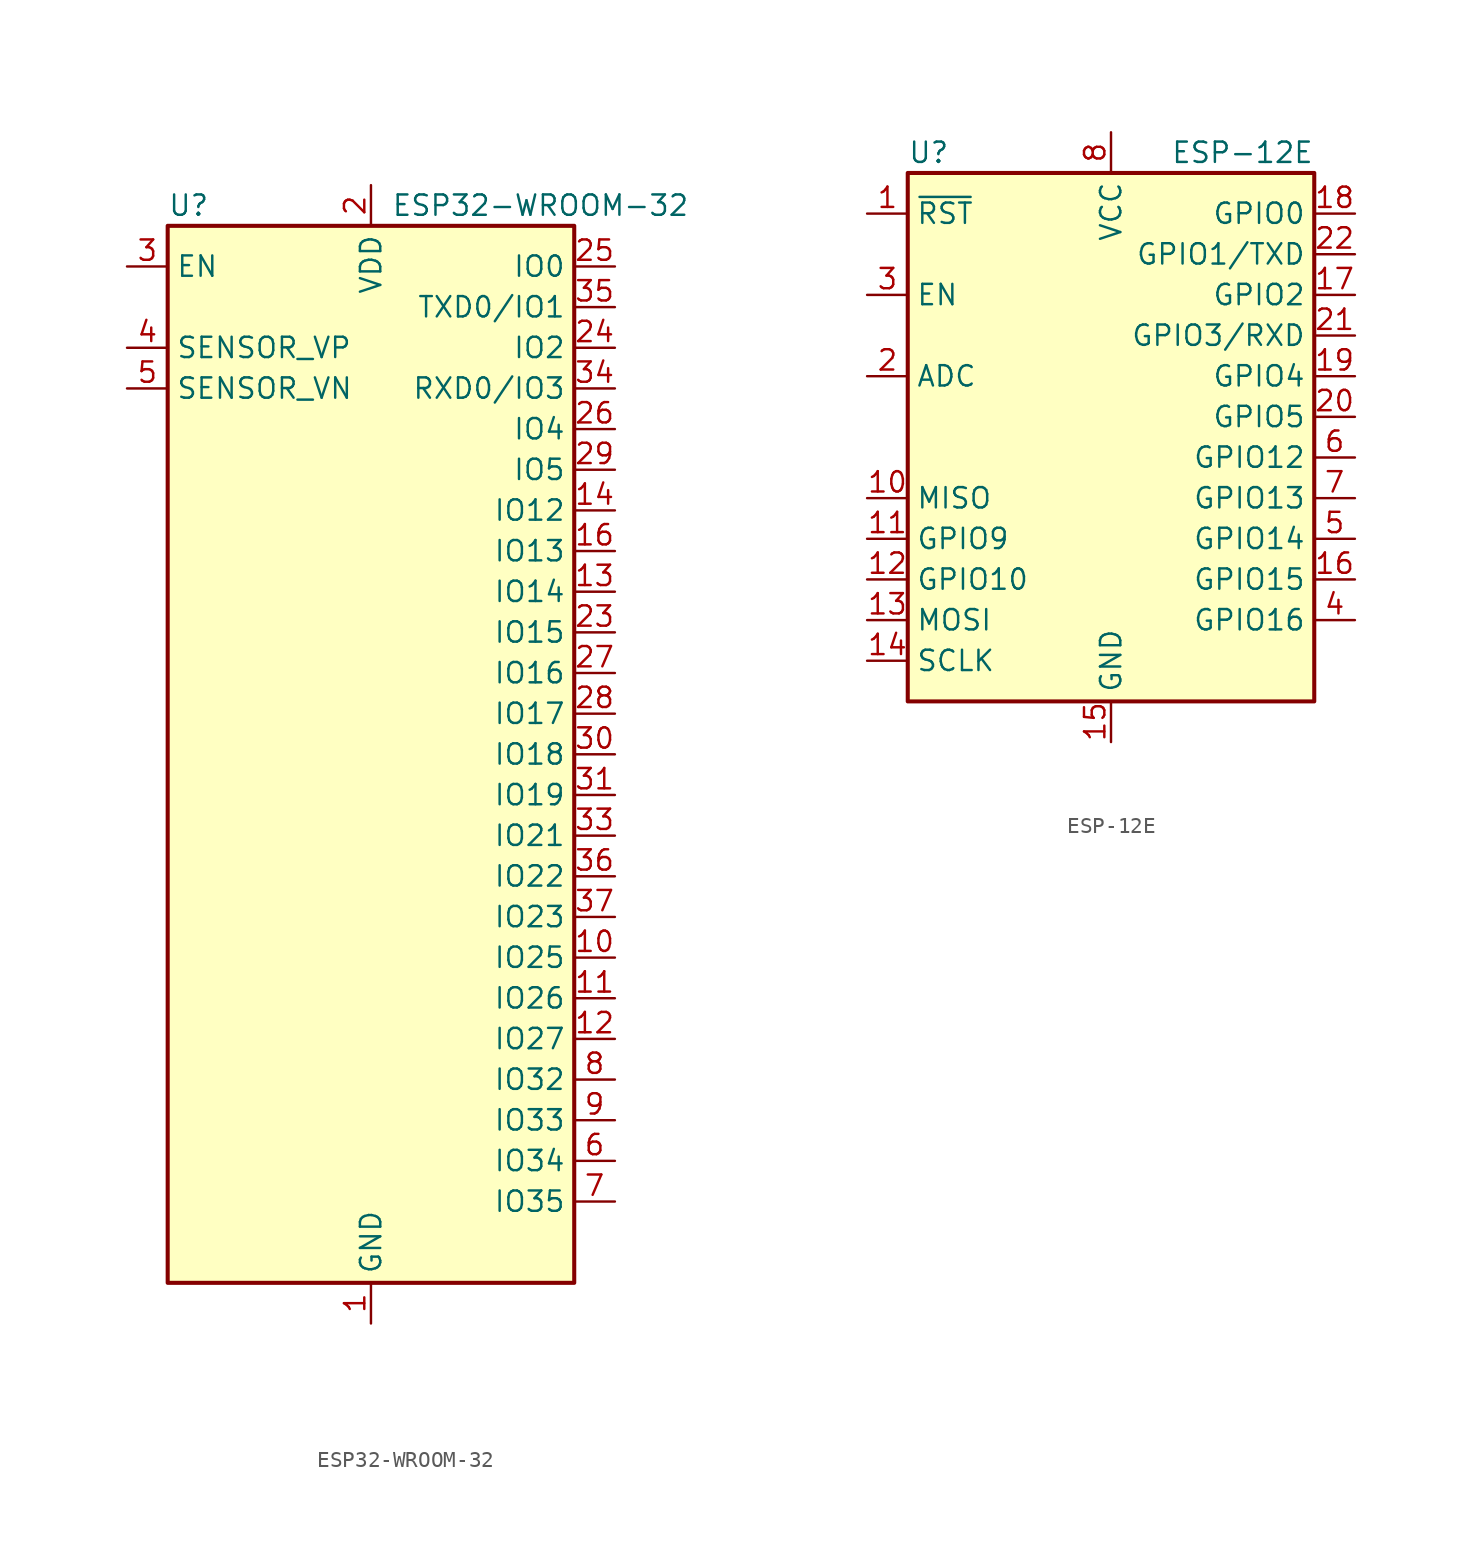
<source format=kicad_sym>
(kicad_symbol_lib
  (version 20241209)
  (generator "kicad_symbol_editor")
  (generator_version "9.0")
  (symbol "ESP32-WROOM-32"
    (property "Reference" "U"
      (at -12.7 34.29 0)
      (effects (font (size 1.27 1.27)) (justify left)))
    (property "Value" "ESP32-WROOM-32"
      (at 1.27 34.29 0)
      (effects (font (size 1.27 1.27)) (justify left)))
    (symbol "ESP32-WROOM-32_0_1"
      (rectangle (start -12.7 33.02) (end 12.7 -33.02) (stroke (width 0.254) (type default)) (fill (type background))))
    (symbol "ESP32-WROOM-32_1_1"
      (pin input line (at -15.24 30.48 0) (length 2.54) (name "EN" (effects (font (size 1.27 1.27)))) (number "3" (effects (font (size 1.27 1.27)))))
      (pin input line (at -15.24 25.4 0) (length 2.54) (name "SENSOR_VP" (effects (font (size 1.27 1.27)))) (number "4" (effects (font (size 1.27 1.27)))))
      (pin input line (at -15.24 22.86 0) (length 2.54) (name "SENSOR_VN" (effects (font (size 1.27 1.27)))) (number "5" (effects (font (size 1.27 1.27)))))
      (pin no_connect line (at -12.7 -27.94 0) (length 2.54) (hide yes) (name "NC" (effects (font (size 1.27 1.27)))) (number "32" (effects (font (size 1.27 1.27)))))
      (pin power_in line (at 0 35.56 270) (length 2.54) (name "VDD" (effects (font (size 1.27 1.27)))) (number "2" (effects (font (size 1.27 1.27)))))
      (pin power_in line (at 0 -35.56 90) (length 2.54) (name "GND" (effects (font (size 1.27 1.27)))) (number "1" (effects (font (size 1.27 1.27)))))
      (pin passive line (at 0 -35.56 90) (length 2.54) (hide yes) (name "GND" (effects (font (size 1.27 1.27)))) (number "15" (effects (font (size 1.27 1.27)))))
      (pin passive line (at 0 -35.56 90) (length 2.54) (hide yes) (name "GND" (effects (font (size 1.27 1.27)))) (number "38" (effects (font (size 1.27 1.27)))))
      (pin passive line (at 0 -35.56 90) (length 2.54) (hide yes) (name "GND" (effects (font (size 1.27 1.27)))) (number "39" (effects (font (size 1.27 1.27)))))
      (pin bidirectional line (at 15.24 30.48 180) (length 2.54) (name "IO0" (effects (font (size 1.27 1.27)))) (number "25" (effects (font (size 1.27 1.27)))))
      (pin bidirectional line (at 15.24 27.94 180) (length 2.54) (name "TXD0/IO1" (effects (font (size 1.27 1.27)))) (number "35" (effects (font (size 1.27 1.27)))))
      (pin bidirectional line (at 15.24 25.4 180) (length 2.54) (name "IO2" (effects (font (size 1.27 1.27)))) (number "24" (effects (font (size 1.27 1.27)))))
      (pin bidirectional line (at 15.24 22.86 180) (length 2.54) (name "RXD0/IO3" (effects (font (size 1.27 1.27)))) (number "34" (effects (font (size 1.27 1.27)))))
      (pin bidirectional line (at 15.24 20.32 180) (length 2.54) (name "IO4" (effects (font (size 1.27 1.27)))) (number "26" (effects (font (size 1.27 1.27)))))
      (pin bidirectional line (at 15.24 17.78 180) (length 2.54) (name "IO5" (effects (font (size 1.27 1.27)))) (number "29" (effects (font (size 1.27 1.27)))))
      (pin bidirectional line (at 15.24 15.24 180) (length 2.54) (name "IO12" (effects (font (size 1.27 1.27)))) (number "14" (effects (font (size 1.27 1.27)))))
      (pin bidirectional line (at 15.24 12.7 180) (length 2.54) (name "IO13" (effects (font (size 1.27 1.27)))) (number "16" (effects (font (size 1.27 1.27)))))
      (pin bidirectional line (at 15.24 10.16 180) (length 2.54) (name "IO14" (effects (font (size 1.27 1.27)))) (number "13" (effects (font (size 1.27 1.27)))))
      (pin bidirectional line (at 15.24 7.62 180) (length 2.54) (name "IO15" (effects (font (size 1.27 1.27)))) (number "23" (effects (font (size 1.27 1.27)))))
      (pin bidirectional line (at 15.24 5.08 180) (length 2.54) (name "IO16" (effects (font (size 1.27 1.27)))) (number "27" (effects (font (size 1.27 1.27)))))
      (pin bidirectional line (at 15.24 2.54 180) (length 2.54) (name "IO17" (effects (font (size 1.27 1.27)))) (number "28" (effects (font (size 1.27 1.27)))))
      (pin bidirectional line (at 15.24 0 180) (length 2.54) (name "IO18" (effects (font (size 1.27 1.27)))) (number "30" (effects (font (size 1.27 1.27)))))
      (pin bidirectional line (at 15.24 -2.54 180) (length 2.54) (name "IO19" (effects (font (size 1.27 1.27)))) (number "31" (effects (font (size 1.27 1.27)))))
      (pin bidirectional line (at 15.24 -5.08 180) (length 2.54) (name "IO21" (effects (font (size 1.27 1.27)))) (number "33" (effects (font (size 1.27 1.27)))))
      (pin bidirectional line (at 15.24 -7.62 180) (length 2.54) (name "IO22" (effects (font (size 1.27 1.27)))) (number "36" (effects (font (size 1.27 1.27)))))
      (pin bidirectional line (at 15.24 -10.16 180) (length 2.54) (name "IO23" (effects (font (size 1.27 1.27)))) (number "37" (effects (font (size 1.27 1.27)))))
      (pin bidirectional line (at 15.24 -12.7 180) (length 2.54) (name "IO25" (effects (font (size 1.27 1.27)))) (number "10" (effects (font (size 1.27 1.27)))))
      (pin bidirectional line (at 15.24 -15.24 180) (length 2.54) (name "IO26" (effects (font (size 1.27 1.27)))) (number "11" (effects (font (size 1.27 1.27)))))
      (pin bidirectional line (at 15.24 -17.78 180) (length 2.54) (name "IO27" (effects (font (size 1.27 1.27)))) (number "12" (effects (font (size 1.27 1.27)))))
      (pin bidirectional line (at 15.24 -20.32 180) (length 2.54) (name "IO32" (effects (font (size 1.27 1.27)))) (number "8" (effects (font (size 1.27 1.27)))))
      (pin bidirectional line (at 15.24 -22.86 180) (length 2.54) (name "IO33" (effects (font (size 1.27 1.27)))) (number "9" (effects (font (size 1.27 1.27)))))
      (pin input line (at 15.24 -25.4 180) (length 2.54) (name "IO34" (effects (font (size 1.27 1.27)))) (number "6" (effects (font (size 1.27 1.27)))))
      (pin input line (at 15.24 -27.94 180) (length 2.54) (name "IO35" (effects (font (size 1.27 1.27)))) (number "7" (effects (font (size 1.27 1.27)))))))
  (symbol "ESP-12E"
    (property "Reference" "U"
      (at -12.7 19.05 0)
      (effects (font (size 1.27 1.27)) (justify left)))
    (property "Value" "ESP-12E"
      (at 12.7 19.05 0)
      (effects (font (size 1.27 1.27)) (justify right)))
    (symbol "ESP-12E_0_1"
      (rectangle (start -12.7 17.78) (end 12.7 -15.24) (stroke (width 0.254) (type default)) (fill (type background))))
    (symbol "ESP-12E_1_1"
      (pin input line (at -15.24 15.24 0) (length 2.54) (name "~{RST}" (effects (font (size 1.27 1.27)))) (number "1" (effects (font (size 1.27 1.27)))))
      (pin input line (at -15.24 10.16 0) (length 2.54) (name "EN" (effects (font (size 1.27 1.27)))) (number "3" (effects (font (size 1.27 1.27)))))
      (pin input line (at -15.24 5.08 0) (length 2.54) (name "ADC" (effects (font (size 1.27 1.27)))) (number "2" (effects (font (size 1.27 1.27)))))
      (pin bidirectional line (at -15.24 -2.54 0) (length 2.54) (name "MISO" (effects (font (size 1.27 1.27)))) (number "10" (effects (font (size 1.27 1.27)))))
      (pin bidirectional line (at -15.24 -5.08 0) (length 2.54) (name "GPIO9" (effects (font (size 1.27 1.27)))) (number "11" (effects (font (size 1.27 1.27)))))
      (pin bidirectional line (at -15.24 -7.62 0) (length 2.54) (name "GPIO10" (effects (font (size 1.27 1.27)))) (number "12" (effects (font (size 1.27 1.27)))))
      (pin bidirectional line (at -15.24 -10.16 0) (length 2.54) (name "MOSI" (effects (font (size 1.27 1.27)))) (number "13" (effects (font (size 1.27 1.27)))))
      (pin bidirectional line (at -15.24 -12.7 0) (length 2.54) (name "SCLK" (effects (font (size 1.27 1.27)))) (number "14" (effects (font (size 1.27 1.27)))))
      (pin power_in line (at 0 20.32 270) (length 2.54) (name "VCC" (effects (font (size 1.27 1.27)))) (number "8" (effects (font (size 1.27 1.27)))))
      (pin power_in line (at 0 -17.78 90) (length 2.54) (name "GND" (effects (font (size 1.27 1.27)))) (number "15" (effects (font (size 1.27 1.27)))))
      (pin bidirectional line (at 15.24 15.24 180) (length 2.54) (name "GPIO0" (effects (font (size 1.27 1.27)))) (number "18" (effects (font (size 1.27 1.27)))))
      (pin bidirectional line (at 15.24 12.7 180) (length 2.54) (name "GPIO1/TXD" (effects (font (size 1.27 1.27)))) (number "22" (effects (font (size 1.27 1.27)))))
      (pin bidirectional line (at 15.24 10.16 180) (length 2.54) (name "GPIO2" (effects (font (size 1.27 1.27)))) (number "17" (effects (font (size 1.27 1.27)))))
      (pin bidirectional line (at 15.24 7.62 180) (length 2.54) (name "GPIO3/RXD" (effects (font (size 1.27 1.27)))) (number "21" (effects (font (size 1.27 1.27)))))
      (pin bidirectional line (at 15.24 5.08 180) (length 2.54) (name "GPIO4" (effects (font (size 1.27 1.27)))) (number "19" (effects (font (size 1.27 1.27)))))
      (pin bidirectional line (at 15.24 2.54 180) (length 2.54) (name "GPIO5" (effects (font (size 1.27 1.27)))) (number "20" (effects (font (size 1.27 1.27)))))
      (pin bidirectional line (at 15.24 0 180) (length 2.54) (name "GPIO12" (effects (font (size 1.27 1.27)))) (number "6" (effects (font (size 1.27 1.27)))))
      (pin bidirectional line (at 15.24 -2.54 180) (length 2.54) (name "GPIO13" (effects (font (size 1.27 1.27)))) (number "7" (effects (font (size 1.27 1.27)))))
      (pin bidirectional line (at 15.24 -5.08 180) (length 2.54) (name "GPIO14" (effects (font (size 1.27 1.27)))) (number "5" (effects (font (size 1.27 1.27)))))
      (pin bidirectional line (at 15.24 -7.62 180) (length 2.54) (name "GPIO15" (effects (font (size 1.27 1.27)))) (number "16" (effects (font (size 1.27 1.27)))))
      (pin bidirectional line (at 15.24 -10.16 180) (length 2.54) (name "GPIO16" (effects (font (size 1.27 1.27)))) (number "4" (effects (font (size 1.27 1.27))))))))
</source>
